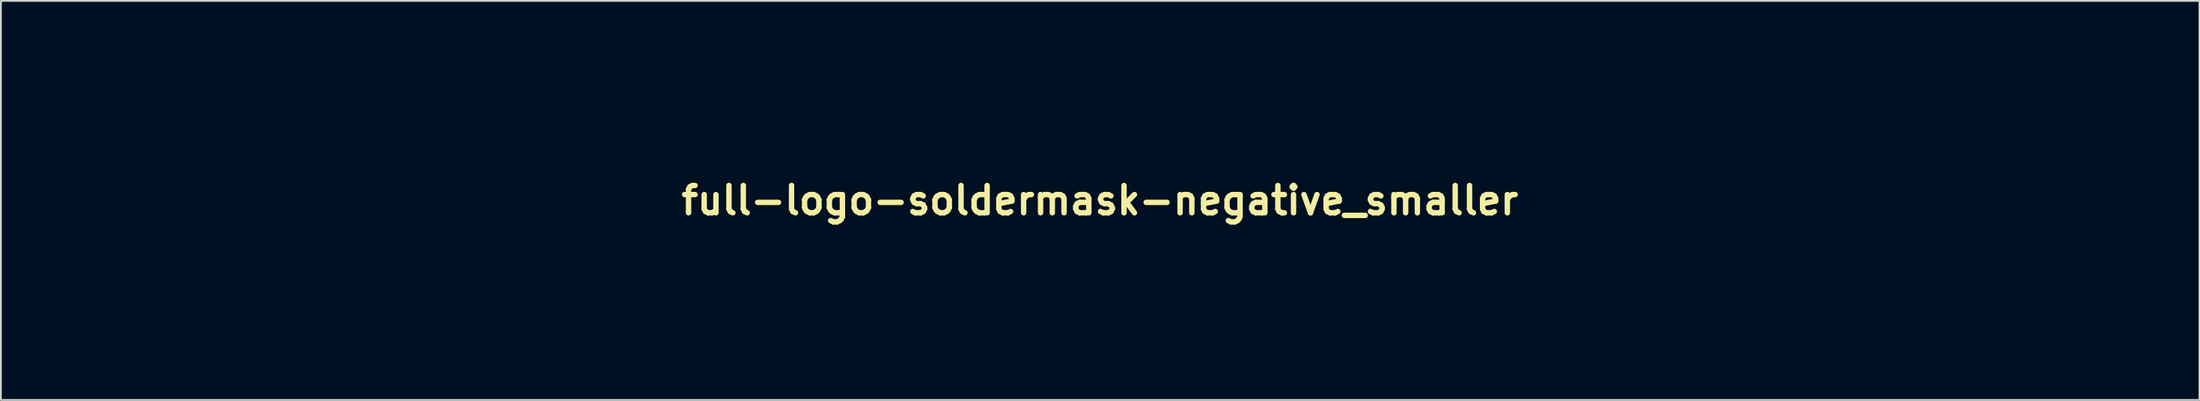
<source format=kicad_pcb>
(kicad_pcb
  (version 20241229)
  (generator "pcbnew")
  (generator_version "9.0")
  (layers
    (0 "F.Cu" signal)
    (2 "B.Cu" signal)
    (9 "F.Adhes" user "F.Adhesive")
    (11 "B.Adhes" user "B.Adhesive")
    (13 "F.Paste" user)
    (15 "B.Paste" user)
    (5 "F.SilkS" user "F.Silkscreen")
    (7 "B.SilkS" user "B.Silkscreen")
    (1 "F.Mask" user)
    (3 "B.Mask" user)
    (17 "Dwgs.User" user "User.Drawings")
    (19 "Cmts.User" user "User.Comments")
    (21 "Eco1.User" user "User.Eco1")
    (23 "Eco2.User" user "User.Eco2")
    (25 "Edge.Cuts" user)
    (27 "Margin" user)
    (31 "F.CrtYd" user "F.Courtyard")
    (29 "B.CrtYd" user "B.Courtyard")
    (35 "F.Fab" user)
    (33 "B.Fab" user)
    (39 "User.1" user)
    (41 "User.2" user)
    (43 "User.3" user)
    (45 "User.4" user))
  (footprint "full-logo-soldermask-negative_smaller"
    (layer "F.Cu")
    (at 58.171 8.133)
    (property "Reference" "full-logo-soldermask-negative_smaller" (at 0 0 0) (layer "F.SilkS") (effects (font (size 1.524 1.524) (thickness 0.3))))
    (attr through_hole)
    (fp_poly (pts (xy 9.401 1.473) (xy 9.678 1.525) (xy 9.922 1.614) (xy 10.142 1.746) (xy 10.309 1.883) (xy 10.397 1.983) (xy 10.491 2.124) (xy 10.58 2.283) (xy 10.652 2.439) (xy 10.684 2.532) (xy 10.704 2.603) (xy 7.43 2.603) (xy 7.484 2.469) (xy 7.625 2.181) (xy 7.803 1.944) (xy 8.021 1.754) (xy 8.283 1.606) (xy 8.46 1.538) (xy 8.586 1.5) (xy 8.699 1.475) (xy 8.818 1.461) (xy 8.967 1.456) (xy 9.079 1.456) (xy 9.401 1.473)) (stroke (width 0.01) (type solid)) (fill yes) (layer "F.Mask"))
    (fp_poly (pts (xy -4.015 1.463) (xy -3.798 1.489) (xy -3.662 1.521) (xy -3.373 1.638) (xy -3.118 1.805) (xy -2.9 2.015) (xy -2.722 2.262) (xy -2.588 2.54) (xy -2.5 2.843) (xy -2.461 3.165) (xy -2.475 3.499) (xy -2.526 3.769) (xy -2.634 4.083) (xy -2.789 4.357) (xy -2.986 4.589) (xy -3.221 4.774) (xy -3.492 4.908) (xy -3.686 4.968) (xy -3.881 4.999) (xy -4.106 5.012) (xy -4.336 5.008) (xy -4.549 4.986) (xy -4.688 4.956) (xy -5.004 4.836) (xy -5.276 4.672) (xy -5.501 4.466) (xy -5.678 4.22) (xy -5.806 3.936) (xy -5.882 3.617) (xy -5.905 3.288) (xy -5.899 3.102) (xy -5.882 2.92) (xy -5.856 2.771) (xy -5.854 2.764) (xy -5.746 2.45) (xy -5.588 2.169) (xy -5.385 1.926) (xy -5.141 1.726) (xy -4.862 1.575) (xy -4.651 1.502) (xy -4.467 1.469) (xy -4.246 1.456) (xy -4.015 1.463)) (stroke (width 0.01) (type solid)) (fill yes) (layer "F.Mask"))
    (fp_poly (pts (xy 17.338 -0.4) (xy 17.71 -0.314) (xy 18.062 -0.175) (xy 18.389 0.014) (xy 18.686 0.249) (xy 18.948 0.529) (xy 19.169 0.851) (xy 19.344 1.212) (xy 19.4 1.364) (xy 19.498 1.752) (xy 19.541 2.146) (xy 19.529 2.538) (xy 19.466 2.922) (xy 19.352 3.29) (xy 19.19 3.634) (xy 18.982 3.949) (xy 18.73 4.227) (xy 18.558 4.373) (xy 18.242 4.584) (xy 17.914 4.74) (xy 17.563 4.843) (xy 17.181 4.899) (xy 17.018 4.908) (xy 16.803 4.911) (xy 16.625 4.901) (xy 16.458 4.877) (xy 16.383 4.862) (xy 15.983 4.743) (xy 15.615 4.572) (xy 15.284 4.351) (xy 14.993 4.083) (xy 14.745 3.774) (xy 14.544 3.424) (xy 14.393 3.04) (xy 14.354 2.9) (xy 14.309 2.652) (xy 14.287 2.369) (xy 14.289 2.074) (xy 14.315 1.791) (xy 14.352 1.591) (xy 14.476 1.2) (xy 14.654 0.842) (xy 14.879 0.519) (xy 15.15 0.237) (xy 15.461 -0.002) (xy 15.809 -0.192) (xy 16.152 -0.318) (xy 16.554 -0.405) (xy 16.951 -0.431) (xy 17.338 -0.4)) (stroke (width 0.01) (type solid)) (fill yes) (layer "F.Mask"))
    (fp_poly (pts (xy 58.198 8.128) (xy -58.166 8.128) (xy -58.166 -0.17) (xy -56.047 -0.17) (xy -56.045 -0.013) (xy -56.041 0.162) (xy -56.035 0.341) (xy -56.028 0.513) (xy -56.018 0.667) (xy -56.008 0.791) (xy -56.007 0.796) (xy -55.906 1.437) (xy -55.745 2.074) (xy -55.527 2.698) (xy -55.256 3.302) (xy -54.934 3.879) (xy -54.565 4.42) (xy -54.409 4.62) (xy -54.267 4.785) (xy -54.091 4.976) (xy -53.894 5.177) (xy -53.692 5.375) (xy -53.499 5.555) (xy -53.328 5.704) (xy -53.292 5.732) (xy -52.781 6.104) (xy -52.232 6.434) (xy -51.653 6.718) (xy -51.053 6.953) (xy -50.442 7.134) (xy -49.828 7.259) (xy -49.514 7.299) (xy -49.33 7.313) (xy -49.103 7.323) (xy -48.849 7.328) (xy -48.586 7.329) (xy -48.332 7.325) (xy -48.103 7.317) (xy -47.916 7.304) (xy -47.886 7.301) (xy -47.214 7.196) (xy -46.558 7.03) (xy -45.919 6.805) (xy -45.3 6.52) (xy -44.705 6.178) (xy -44.136 5.779) (xy -44.05 5.712) (xy -44.003 5.67) (xy -43.913 5.586) (xy -43.783 5.461) (xy -43.615 5.297) (xy -43.411 5.098) (xy -43.173 4.865) (xy -42.904 4.6) (xy -42.605 4.307) (xy -42.28 3.986) (xy -41.931 3.64) (xy -41.559 3.271) (xy -41.167 2.883) (xy -40.805 2.524) (xy -39.592 2.524) (xy -38.235 3.884) (xy -37.981 4.138) (xy -37.73 4.387) (xy -37.489 4.625) (xy -37.262 4.848) (xy -37.054 5.05) (xy -36.871 5.226) (xy -36.719 5.372) (xy -36.601 5.481) (xy -36.536 5.54) (xy -36.004 5.96) (xy -35.44 6.328) (xy -34.847 6.642) (xy -34.232 6.899) (xy -33.598 7.098) (xy -33.204 7.19) (xy -32.898 7.247) (xy -32.628 7.287) (xy -32.366 7.313) (xy -32.088 7.326) (xy -31.885 7.33) (xy -31.464 7.334) (xy -31.464 4.613) (xy -31.933 4.594) (xy -32.471 4.542) (xy -32.992 4.428) (xy -33.494 4.255) (xy -33.974 4.021) (xy -34.432 3.729) (xy -34.519 3.665) (xy -34.576 3.616) (xy -34.674 3.527) (xy -34.808 3.401) (xy -34.973 3.243) (xy -35.165 3.057) (xy -35.38 2.848) (xy -35.614 2.619) (xy -35.862 2.375) (xy -36.119 2.12) (xy -36.187 2.051) (xy -37.656 0.588) (xy -38.624 1.556) (xy -39.592 2.524) (xy -40.805 2.524) (xy -40.757 2.476) (xy -40.332 2.053) (xy -39.893 1.616) (xy -39.443 1.168) (xy -39.211 0.937) (xy -38.666 0.393) (xy -38.164 -0.108) (xy -37.702 -0.568) (xy -37.28 -0.989) (xy -36.895 -1.373) (xy -36.544 -1.721) (xy -36.227 -2.036) (xy -35.94 -2.319) (xy -35.683 -2.572) (xy -35.452 -2.798) (xy -35.247 -2.997) (xy -35.064 -3.173) (xy -34.902 -3.326) (xy -34.759 -3.459) (xy -34.633 -3.573) (xy -34.522 -3.671) (xy -34.424 -3.755) (xy -34.337 -3.825) (xy -34.259 -3.885) (xy -34.187 -3.935) (xy -34.121 -3.979) (xy -34.057 -4.017) (xy -33.994 -4.052) (xy -33.93 -4.085) (xy -33.863 -4.119) (xy -33.791 -4.155) (xy -33.786 -4.158) (xy -33.54 -4.268) (xy -33.258 -4.375) (xy -32.963 -4.47) (xy -32.678 -4.546) (xy -32.483 -4.585) (xy -32.259 -4.613) (xy -31.994 -4.629) (xy -31.708 -4.634) (xy -31.423 -4.628) (xy -31.158 -4.611) (xy -30.956 -4.587) (xy -30.441 -4.473) (xy -29.947 -4.302) (xy -29.48 -4.078) (xy -29.042 -3.803) (xy -28.638 -3.482) (xy -28.271 -3.118) (xy -27.946 -2.715) (xy -27.666 -2.276) (xy -27.434 -1.805) (xy -27.256 -1.306) (xy -27.19 -1.055) (xy -27.133 -0.74) (xy -27.098 -0.386) (xy -27.085 -0.017) (xy -27.096 0.346) (xy -27.13 0.681) (xy -27.141 0.746) (xy -27.259 1.26) (xy -27.435 1.755) (xy -27.664 2.226) (xy -27.943 2.668) (xy -28.267 3.075) (xy -28.633 3.443) (xy -29.037 3.766) (xy -29.476 4.04) (xy -29.551 4.079) (xy -29.716 4.165) (xy -29.674 4.265) (xy -29.613 4.41) (xy -29.538 4.587) (xy -29.451 4.791) (xy -29.355 5.013) (xy -29.254 5.246) (xy -29.151 5.483) (xy -29.05 5.716) (xy -28.953 5.939) (xy -28.863 6.144) (xy -28.784 6.323) (xy -28.719 6.47) (xy -28.671 6.577) (xy -28.643 6.636) (xy -28.638 6.646) (xy -28.597 6.647) (xy -28.511 6.617) (xy -28.388 6.56) (xy -28.237 6.481) (xy -28.065 6.383) (xy -27.88 6.273) (xy -27.69 6.153) (xy -27.503 6.029) (xy -27.326 5.905) (xy -27.231 5.835) (xy -27.07 5.705) (xy -26.882 5.539) (xy -26.679 5.35) (xy -26.6 5.274) (xy -20.368 5.274) (xy -20.256 5.368) (xy -20.044 5.533) (xy -19.802 5.692) (xy -19.59 5.812) (xy -19.472 5.867) (xy -19.33 5.927) (xy -19.181 5.985) (xy -19.039 6.036) (xy -18.92 6.074) (xy -18.84 6.093) (xy -18.827 6.094) (xy -18.801 6.079) (xy -18.777 6.025) (xy -18.752 5.925) (xy -18.722 5.771) (xy -18.692 5.603) (xy -18.661 5.429) (xy -18.632 5.277) (xy -18.622 5.223) (xy -18.589 5.047) (xy -18.553 4.857) (xy -18.519 4.67) (xy -18.49 4.503) (xy -18.468 4.375) (xy -18.463 4.345) (xy -18.456 4.266) (xy -18.477 4.225) (xy -18.541 4.197) (xy -18.554 4.192) (xy -18.648 4.151) (xy -18.755 4.089) (xy -18.795 4.061) (xy -18.926 3.966) (xy -19.012 4.034) (xy -19.054 4.07) (xy -19.136 4.142) (xy -19.248 4.243) (xy -19.383 4.366) (xy -19.533 4.502) (xy -19.69 4.646) (xy -19.847 4.789) (xy -19.994 4.925) (xy -20.125 5.046) (xy -20.232 5.145) (xy -20.288 5.198) (xy -20.368 5.274) (xy -26.6 5.274) (xy -26.473 5.15) (xy -26.278 4.951) (xy -26.107 4.766) (xy -25.981 4.62) (xy -25.626 4.138) (xy -25.588 4.076) (xy -21.154 4.076) (xy -21.146 4.111) (xy -21.141 4.124) (xy -21.084 4.258) (xy -21.014 4.401) (xy -20.935 4.543) (xy -20.855 4.675) (xy -20.78 4.785) (xy -20.716 4.863) (xy -20.67 4.9) (xy -20.657 4.899) (xy -20.623 4.877) (xy -20.543 4.823) (xy -20.425 4.742) (xy -20.274 4.639) (xy -20.099 4.518) (xy -19.905 4.385) (xy -19.84 4.34) (xy -19.059 3.802) (xy -19.142 3.63) (xy -19.176 3.558) (xy -19.207 3.509) (xy -19.245 3.483) (xy -19.299 3.478) (xy -19.382 3.494) (xy -19.504 3.53) (xy -19.675 3.585) (xy -19.681 3.587) (xy -19.843 3.638) (xy -20.019 3.692) (xy -20.174 3.739) (xy -20.193 3.745) (xy -20.319 3.782) (xy -20.43 3.816) (xy -20.505 3.84) (xy -20.511 3.842) (xy -20.576 3.863) (xy -20.683 3.896) (xy -20.815 3.936) (xy -20.881 3.956) (xy -21.015 3.996) (xy -21.099 4.025) (xy -21.141 4.05) (xy -21.154 4.076) (xy -25.588 4.076) (xy -25.305 3.617) (xy -25.023 3.068) (xy -24.988 2.985) (xy -21.368 2.985) (xy -21.368 3.074) (xy -21.362 3.156) (xy -21.346 3.276) (xy -21.324 3.408) (xy -21.301 3.527) (xy -21.284 3.596) (xy -21.267 3.63) (xy -21.234 3.647) (xy -21.171 3.645) (xy -21.067 3.625) (xy -20.977 3.604) (xy -20.894 3.585) (xy -20.792 3.562) (xy -20.665 3.533) (xy -20.505 3.497) (xy -20.303 3.453) (xy -20.054 3.398) (xy -19.812 3.345) (xy -19.674 3.315) (xy -19.533 3.286) (xy -19.449 3.269) (xy -19.359 3.25) (xy -19.299 3.235) (xy -19.287 3.23) (xy -19.287 3.197) (xy -19.294 3.125) (xy -19.296 3.104) (xy -19.311 2.985) (xy -21.368 2.985) (xy -24.988 2.985) (xy -24.787 2.504) (xy -24.602 1.936) (xy -24.515 1.586) (xy -24.407 0.943) (xy -24.353 0.286) (xy -24.355 -0.375) (xy -24.412 -1.028) (xy -24.524 -1.663) (xy -24.54 -1.73) (xy -20.986 -1.73) (xy -20.968 -1.419) (xy -20.917 -1.094) (xy -20.839 -0.787) (xy -20.798 -0.668) (xy -20.689 -0.431) (xy -20.54 -0.181) (xy -20.364 0.061) (xy -20.193 0.254) (xy -19.999 0.439) (xy -19.8 0.603) (xy -19.585 0.751) (xy -19.343 0.889) (xy -19.065 1.024) (xy -18.741 1.161) (xy -18.542 1.238) (xy -18.183 1.376) (xy -17.878 1.497) (xy -17.622 1.605) (xy -17.41 1.701) (xy -17.236 1.789) (xy -17.093 1.872) (xy -16.977 1.952) (xy -16.881 2.034) (xy -16.801 2.119) (xy -16.756 2.175) (xy -16.641 2.348) (xy -16.564 2.519) (xy -16.518 2.707) (xy -16.498 2.93) (xy -16.497 3.016) (xy -16.497 3.174) (xy -16.504 3.287) (xy -16.519 3.375) (xy -16.546 3.457) (xy -16.58 3.532) (xy -16.725 3.77) (xy -16.917 3.97) (xy -17.146 4.125) (xy -17.403 4.229) (xy -17.556 4.262) (xy -17.669 4.28) (xy -17.76 4.296) (xy -17.806 4.306) (xy -17.818 4.32) (xy -17.827 4.361) (xy -17.833 4.432) (xy -17.836 4.542) (xy -17.836 4.696) (xy -17.833 4.9) (xy -17.828 5.161) (xy -17.827 5.199) (xy -17.822 5.432) (xy -17.816 5.648) (xy -17.81 5.837) (xy -17.804 5.989) (xy -17.798 6.097) (xy -17.794 6.15) (xy -17.793 6.152) (xy -17.786 6.182) (xy -17.77 6.201) (xy -17.738 6.21) (xy -17.679 6.209) (xy -17.583 6.198) (xy -17.441 6.177) (xy -17.304 6.155) (xy -16.867 6.054) (xy -16.45 5.893) (xy -16.057 5.675) (xy -15.69 5.402) (xy -15.399 5.122) (xy -15.126 4.787) (xy -14.903 4.421) (xy -14.73 4.032) (xy -14.608 3.626) (xy -14.537 3.209) (xy -14.518 2.789) (xy -14.551 2.371) (xy -14.636 1.963) (xy -14.775 1.571) (xy -14.968 1.202) (xy -15.092 1.016) (xy -15.31 0.753) (xy -15.562 0.515) (xy -15.855 0.297) (xy -15.93 0.253) (xy -13.557 0.253) (xy -13.557 3.217) (xy -13.557 3.645) (xy -13.556 4.055) (xy -13.555 4.443) (xy -13.554 4.804) (xy -13.552 5.133) (xy -13.55 5.426) (xy -13.548 5.68) (xy -13.545 5.888) (xy -13.543 6.047) (xy -13.54 6.152) (xy -13.537 6.2) (xy -13.536 6.202) (xy -13.5 6.208) (xy -13.409 6.213) (xy -13.273 6.218) (xy -13.102 6.221) (xy -12.905 6.223) (xy -12.806 6.223) (xy -12.097 6.223) (xy -12.097 4.513) (xy -12.096 4.119) (xy -12.095 3.783) (xy -12.094 3.5) (xy -12.091 3.263) (xy -12.087 3.068) (xy -12.082 2.908) (xy -12.075 2.778) (xy -12.067 2.673) (xy -12.058 2.586) (xy -12.048 2.523) (xy -11.976 2.24) (xy -11.867 1.999) (xy -11.723 1.805) (xy -11.675 1.758) (xy -11.477 1.616) (xy -11.252 1.518) (xy -11.01 1.463) (xy -10.764 1.451) (xy -10.525 1.483) (xy -10.305 1.558) (xy -10.115 1.678) (xy -10.068 1.721) (xy -9.998 1.796) (xy -9.937 1.879) (xy -9.884 1.973) (xy -9.839 2.085) (xy -9.801 2.218) (xy -9.77 2.376) (xy -9.744 2.565) (xy -9.724 2.788) (xy -9.709 3.051) (xy -9.698 3.358) (xy -9.69 3.712) (xy -9.686 4.12) (xy -9.684 4.586) (xy -9.684 4.755) (xy -9.684 6.223) (xy -8.25 6.223) (xy -8.264 4.135) (xy -8.267 3.718) (xy -8.27 3.358) (xy -8.271 3.254) (xy -7.366 3.254) (xy -7.338 3.716) (xy -7.254 4.154) (xy -7.117 4.563) (xy -6.928 4.941) (xy -6.689 5.284) (xy -6.402 5.589) (xy -6.068 5.854) (xy -5.905 5.957) (xy -5.725 6.05) (xy -5.504 6.141) (xy -5.267 6.222) (xy -5.037 6.286) (xy -4.858 6.321) (xy -4.697 6.336) (xy -4.5 6.34) (xy -4.283 6.336) (xy -4.065 6.324) (xy -3.863 6.304) (xy -3.696 6.279) (xy -3.614 6.259) (xy -3.474 6.211) (xy -3.314 6.145) (xy -3.178 6.079) (xy -3.063 6.011) (xy -2.929 5.92) (xy -2.79 5.817) (xy -2.659 5.711) (xy -2.548 5.613) (xy -2.471 5.533) (xy -2.448 5.501) (xy -2.433 5.495) (xy -2.423 5.537) (xy -2.417 5.631) (xy -2.414 5.783) (xy -2.414 5.834) (xy -2.413 6.223) (xy -1.079 6.223) (xy -1.079 0.254) (xy -2.413 0.254) (xy -2.413 1.008) (xy -2.659 0.763) (xy -2.91 0.543) (xy -3.172 0.374) (xy -3.463 0.248) (xy -3.556 0.217) (xy -3.651 0.189) (xy -3.74 0.17) (xy -3.836 0.156) (xy -3.953 0.148) (xy -4.104 0.145) (xy -4.303 0.144) (xy -4.35 0.144) (xy -4.62 0.148) (xy -4.844 0.162) (xy -5.038 0.189) (xy -5.218 0.232) (xy -5.402 0.295) (xy -5.605 0.381) (xy -5.673 0.413) (xy -5.899 0.527) (xy -6.092 0.646) (xy -6.275 0.787) (xy -6.427 0.923) (xy -6.703 1.224) (xy -6.934 1.567) (xy -7.118 1.945) (xy -7.253 2.354) (xy -7.336 2.787) (xy -7.366 3.24) (xy -7.366 3.254) (xy -8.271 3.254) (xy -8.273 3.052) (xy -8.276 2.795) (xy -8.279 2.58) (xy -8.283 2.403) (xy -8.288 2.26) (xy -8.293 2.144) (xy -8.3 2.05) (xy -8.308 1.974) (xy -8.317 1.911) (xy -8.328 1.855) (xy -8.341 1.802) (xy -8.343 1.794) (xy -8.433 1.485) (xy -8.538 1.226) (xy -8.666 1.005) (xy -8.823 0.808) (xy -9.016 0.623) (xy -9.04 0.603) (xy -9.189 0.488) (xy -9.338 0.396) (xy -9.508 0.316) (xy -9.719 0.237) (xy -9.731 0.233) (xy -9.83 0.201) (xy -9.915 0.178) (xy -10.002 0.162) (xy -10.104 0.153) (xy -10.235 0.148) (xy -10.408 0.147) (xy -10.525 0.147) (xy -10.734 0.148) (xy -10.892 0.152) (xy -11.012 0.16) (xy -11.107 0.173) (xy -11.189 0.192) (xy -11.255 0.213) (xy -11.533 0.33) (xy -11.802 0.491) (xy -11.983 0.626) (xy -12.189 0.79) (xy -12.199 0.53) (xy -12.208 0.27) (xy -12.883 0.261) (xy -13.557 0.253) (xy -15.93 0.253) (xy -16.194 0.096) (xy -16.586 -0.092) (xy -16.911 -0.225) (xy -17.065 -0.284) (xy -17.212 -0.341) (xy -17.334 -0.388) (xy -17.399 -0.413) (xy -17.489 -0.447) (xy -17.619 -0.497) (xy -17.768 -0.554) (xy -17.876 -0.595) (xy -18.028 -0.654) (xy -18.173 -0.714) (xy -18.291 -0.765) (xy -18.349 -0.792) (xy -18.51 -0.896) (xy -18.669 -1.037) (xy -18.807 -1.194) (xy -18.886 -1.317) (xy -18.926 -1.399) (xy -18.951 -1.476) (xy -18.965 -1.566) (xy -18.97 -1.688) (xy -18.971 -1.794) (xy -18.969 -1.946) (xy -18.961 -2.054) (xy -18.945 -2.135) (xy -18.916 -2.21) (xy -18.884 -2.27) (xy -18.826 -2.372) (xy -18.769 -2.459) (xy -18.742 -2.495) (xy -18.575 -2.644) (xy -18.373 -2.75) (xy -18.148 -2.814) (xy -17.911 -2.834) (xy -17.674 -2.812) (xy -17.451 -2.745) (xy -17.252 -2.634) (xy -17.153 -2.55) (xy -17.021 -2.389) (xy -16.924 -2.2) (xy -16.855 -1.968) (xy -16.846 -1.927) (xy -16.806 -1.73) (xy -15.781 -1.722) (xy -14.756 -1.714) (xy -14.76 -1.746) (xy -0.032 -1.746) (xy -0.032 6.223) (xy 1.397 6.223) (xy 1.397 3.454) (xy 1.546 3.656) (xy 1.642 3.786) (xy 1.768 3.959) (xy 1.919 4.164) (xy 2.086 4.394) (xy 2.264 4.638) (xy 2.446 4.887) (xy 2.624 5.133) (xy 2.793 5.365) (xy 2.946 5.576) (xy 3.029 5.691) (xy 3.413 6.222) (xy 4.374 6.222) (xy 4.613 6.222) (xy 4.831 6.221) (xy 5.019 6.218) (xy 5.17 6.215) (xy 5.276 6.211) (xy 5.329 6.207) (xy 5.334 6.205) (xy 5.33 6.197) (xy 5.317 6.177) (xy 5.291 6.142) (xy 5.249 6.088) (xy 5.189 6.012) (xy 5.107 5.91) (xy 5 5.778) (xy 4.866 5.612) (xy 4.701 5.409) (xy 4.503 5.165) (xy 4.268 4.877) (xy 4.224 4.822) (xy 4.062 4.624) (xy 3.876 4.395) (xy 3.682 4.156) (xy 3.494 3.924) (xy 3.34 3.735) (xy 2.885 3.175) (xy 2.945 3.089) (xy 5.923 3.089) (xy 5.931 3.513) (xy 5.935 3.556) (xy 6.012 3.998) (xy 6.146 4.412) (xy 6.332 4.795) (xy 6.569 5.145) (xy 6.854 5.458) (xy 7.184 5.731) (xy 7.557 5.962) (xy 7.969 6.146) (xy 8.319 6.257) (xy 8.532 6.299) (xy 8.787 6.326) (xy 9.064 6.338) (xy 9.346 6.335) (xy 9.613 6.317) (xy 9.847 6.284) (xy 9.954 6.26) (xy 10.307 6.146) (xy 10.616 6.005) (xy 10.898 5.827) (xy 11.17 5.603) (xy 11.233 5.543) (xy 11.459 5.308) (xy 11.654 5.065) (xy 11.81 4.827) (xy 11.921 4.604) (xy 11.952 4.516) (xy 11.974 4.445) (xy 10.412 4.445) (xy 10.278 4.578) (xy 10.062 4.76) (xy 9.833 4.891) (xy 9.577 4.973) (xy 9.287 5.012) (xy 9.133 5.016) (xy 8.784 4.994) (xy 8.477 4.926) (xy 8.207 4.813) (xy 7.968 4.65) (xy 7.857 4.548) (xy 7.718 4.382) (xy 7.602 4.196) (xy 7.522 4.012) (xy 7.508 3.961) (xy 7.486 3.873) (xy 9.777 3.873) (xy 10.214 3.873) (xy 10.592 3.873) (xy 10.915 3.873) (xy 11.188 3.872) (xy 11.414 3.87) (xy 11.599 3.868) (xy 11.746 3.865) (xy 11.86 3.861) (xy 11.945 3.857) (xy 12.006 3.851) (xy 12.047 3.844) (xy 12.071 3.836) (xy 12.085 3.826) (xy 12.09 3.818) (xy 12.098 3.768) (xy 12.104 3.667) (xy 12.109 3.528) (xy 12.111 3.363) (xy 12.111 3.286) (xy 12.1 2.952) (xy 12.067 2.658) (xy 12.009 2.385) (xy 11.956 2.22) (xy 12.778 2.22) (xy 12.806 2.709) (xy 12.889 3.192) (xy 13.027 3.66) (xy 13.218 4.103) (xy 13.259 4.181) (xy 13.522 4.602) (xy 13.834 4.986) (xy 14.189 5.33) (xy 14.583 5.631) (xy 15.01 5.885) (xy 15.465 6.087) (xy 15.942 6.235) (xy 16.383 6.319) (xy 16.545 6.332) (xy 16.749 6.338) (xy 16.98 6.337) (xy 17.217 6.328) (xy 17.445 6.314) (xy 17.644 6.295) (xy 17.796 6.271) (xy 18.282 6.138) (xy 18.744 5.95) (xy 19.176 5.712) (xy 19.571 5.427) (xy 19.925 5.097) (xy 20.091 4.91) (xy 20.389 4.498) (xy 20.633 4.058) (xy 20.821 3.595) (xy 20.952 3.113) (xy 21.025 2.618) (xy 21.039 2.115) (xy 20.993 1.608) (xy 20.886 1.104) (xy 20.871 1.052) (xy 20.804 0.854) (xy 20.711 0.627) (xy 20.602 0.393) (xy 20.529 0.254) (xy 22.035 0.254) (xy 22.035 6.223) (xy 23.463 6.223) (xy 24.606 6.223) (xy 26.035 6.223) (xy 26.035 4.2) (xy 27.21 4.2) (xy 27.21 6.264) (xy 27.646 6.242) (xy 27.831 6.23) (xy 28.015 6.213) (xy 28.178 6.193) (xy 28.3 6.173) (xy 28.305 6.172) (xy 28.637 6.091) (xy 28.971 5.993) (xy 29.287 5.884) (xy 29.567 5.77) (xy 29.654 5.73) (xy 29.744 5.684) (xy 29.859 5.62) (xy 29.988 5.547) (xy 30.118 5.472) (xy 30.234 5.403) (xy 30.326 5.346) (xy 30.378 5.31) (xy 30.385 5.304) (xy 30.419 5.277) (xy 30.487 5.23) (xy 30.532 5.201) (xy 30.564 5.179) (xy 30.598 5.156) (xy 30.635 5.127) (xy 30.678 5.093) (xy 30.729 5.049) (xy 30.79 4.995) (xy 30.863 4.928) (xy 30.95 4.845) (xy 31.055 4.746) (xy 31.178 4.627) (xy 31.322 4.486) (xy 31.489 4.322) (xy 31.681 4.133) (xy 31.901 3.915) (xy 32.151 3.668) (xy 32.433 3.388) (xy 32.749 3.074) (xy 33.101 2.724) (xy 33.18 2.645) (xy 34.073 2.645) (xy 35.19 3.76) (xy 35.417 3.986) (xy 35.637 4.203) (xy 35.845 4.406) (xy 36.035 4.59) (xy 36.202 4.749) (xy 36.34 4.879) (xy 36.445 4.975) (xy 36.511 5.03) (xy 36.513 5.032) (xy 36.61 5.107) (xy 36.687 5.167) (xy 36.73 5.203) (xy 36.735 5.207) (xy 36.769 5.234) (xy 36.839 5.279) (xy 36.878 5.303) (xy 36.963 5.357) (xy 37.029 5.405) (xy 37.044 5.418) (xy 37.099 5.456) (xy 37.199 5.512) (xy 37.335 5.583) (xy 37.493 5.661) (xy 37.662 5.741) (xy 37.83 5.817) (xy 37.985 5.885) (xy 38.115 5.937) (xy 38.195 5.966) (xy 38.321 6.005) (xy 38.432 6.04) (xy 38.507 6.065) (xy 38.513 6.067) (xy 38.705 6.121) (xy 38.946 6.169) (xy 39.22 6.208) (xy 39.512 6.235) (xy 39.806 6.249) (xy 39.854 6.25) (xy 40.164 6.255) (xy 40.164 4.201) (xy 40.155 4.2) (xy 41.021 4.2) (xy 41.021 6.264) (xy 41.458 6.242) (xy 41.642 6.23) (xy 41.826 6.213) (xy 41.989 6.193) (xy 42.111 6.173) (xy 42.116 6.172) (xy 42.448 6.091) (xy 42.782 5.993) (xy 43.098 5.884) (xy 43.378 5.77) (xy 43.466 5.73) (xy 43.555 5.684) (xy 43.67 5.62) (xy 43.799 5.547) (xy 43.929 5.472) (xy 44.046 5.403) (xy 44.137 5.346) (xy 44.19 5.31) (xy 44.196 5.304) (xy 44.23 5.277) (xy 44.299 5.23) (xy 44.343 5.201) (xy 44.376 5.179) (xy 44.409 5.156) (xy 44.446 5.127) (xy 44.489 5.093) (xy 44.54 5.049) (xy 44.601 4.995) (xy 44.674 4.928) (xy 44.762 4.845) (xy 44.866 4.746) (xy 44.989 4.627) (xy 45.133 4.486) (xy 45.3 4.322) (xy 45.493 4.133) (xy 45.713 3.915) (xy 45.963 3.668) (xy 46.244 3.388) (xy 46.56 3.074) (xy 46.912 2.724) (xy 47.303 2.335) (xy 47.734 1.906) (xy 48.197 1.445) (xy 48.584 1.059) (xy 48.961 0.684) (xy 49.324 0.323) (xy 49.67 -0.021) (xy 49.998 -0.346) (xy 50.303 -0.65) (xy 50.585 -0.929) (xy 50.84 -1.182) (xy 51.066 -1.406) (xy 51.261 -1.597) (xy 51.421 -1.755) (xy 51.544 -1.876) (xy 51.628 -1.958) (xy 51.67 -1.998) (xy 51.673 -2) (xy 51.997 -2.227) (xy 52.362 -2.418) (xy 52.755 -2.567) (xy 53.162 -2.671) (xy 53.569 -2.724) (xy 53.753 -2.731) (xy 54.007 -2.731) (xy 54.007 -3.762) (xy 54.006 -4.059) (xy 54.005 -4.297) (xy 54.001 -4.482) (xy 53.997 -4.619) (xy 53.99 -4.713) (xy 53.982 -4.77) (xy 53.971 -4.795) (xy 53.967 -4.797) (xy 53.711 -4.801) (xy 53.415 -4.784) (xy 53.097 -4.748) (xy 52.773 -4.696) (xy 52.458 -4.631) (xy 52.169 -4.556) (xy 51.923 -4.472) (xy 51.864 -4.448) (xy 51.806 -4.423) (xy 51.707 -4.382) (xy 51.587 -4.331) (xy 51.55 -4.316) (xy 51.448 -4.269) (xy 51.319 -4.204) (xy 51.174 -4.128) (xy 51.026 -4.048) (xy 50.887 -3.969) (xy 50.769 -3.899) (xy 50.683 -3.844) (xy 50.641 -3.811) (xy 50.641 -3.811) (xy 50.608 -3.783) (xy 50.538 -3.733) (xy 50.467 -3.684) (xy 50.426 -3.65) (xy 50.344 -3.573) (xy 50.221 -3.457) (xy 50.062 -3.303) (xy 49.868 -3.114) (xy 49.642 -2.893) (xy 49.387 -2.643) (xy 49.104 -2.365) (xy 48.798 -2.062) (xy 48.469 -1.738) (xy 48.122 -1.394) (xy 47.758 -1.032) (xy 47.38 -0.656) (xy 46.991 -0.268) (xy 46.863 -0.141) (xy 46.47 0.251) (xy 46.088 0.632) (xy 45.72 0.999) (xy 45.366 1.35) (xy 45.032 1.683) (xy 44.718 1.995) (xy 44.427 2.283) (xy 44.163 2.544) (xy 43.927 2.777) (xy 43.722 2.979) (xy 43.552 3.147) (xy 43.417 3.278) (xy 43.321 3.371) (xy 43.267 3.422) (xy 43.259 3.429) (xy 43.156 3.508) (xy 43.021 3.601) (xy 42.881 3.691) (xy 42.847 3.712) (xy 42.456 3.915) (xy 42.061 4.059) (xy 41.651 4.148) (xy 41.362 4.178) (xy 41.021 4.2) (xy 40.155 4.2) (xy 39.775 4.18) (xy 39.351 4.134) (xy 38.958 4.043) (xy 38.583 3.9) (xy 38.212 3.703) (xy 38.041 3.593) (xy 37.96 3.535) (xy 37.863 3.456) (xy 37.746 3.354) (xy 37.604 3.224) (xy 37.434 3.063) (xy 37.233 2.868) (xy 36.996 2.635) (xy 36.719 2.36) (xy 36.669 2.31) (xy 36.451 2.092) (xy 36.245 1.888) (xy 36.058 1.703) (xy 35.892 1.541) (xy 35.753 1.406) (xy 35.645 1.302) (xy 35.573 1.235) (xy 35.54 1.207) (xy 35.539 1.206) (xy 35.511 1.228) (xy 35.444 1.29) (xy 35.343 1.385) (xy 35.214 1.51) (xy 35.062 1.659) (xy 34.894 1.825) (xy 34.793 1.926) (xy 34.073 2.645) (xy 33.18 2.645) (xy 33.492 2.335) (xy 33.923 1.906) (xy 34.385 1.445) (xy 34.773 1.059) (xy 35.15 0.684) (xy 35.513 0.323) (xy 35.859 -0.021) (xy 36.186 -0.346) (xy 36.492 -0.65) (xy 36.774 -0.929) (xy 37.029 -1.182) (xy 37.255 -1.406) (xy 37.449 -1.597) (xy 37.61 -1.755) (xy 37.733 -1.876) (xy 37.817 -1.958) (xy 37.859 -1.998) (xy 37.862 -2) (xy 38.181 -2.224) (xy 38.542 -2.413) (xy 38.93 -2.563) (xy 39.33 -2.668) (xy 39.729 -2.723) (xy 39.927 -2.731) (xy 40.165 -2.731) (xy 40.165 -2.738) (xy 41.021 -2.738) (xy 41.299 -2.72) (xy 41.678 -2.678) (xy 42.02 -2.605) (xy 42.348 -2.493) (xy 42.684 -2.336) (xy 42.699 -2.328) (xy 42.815 -2.264) (xy 42.928 -2.196) (xy 43.043 -2.118) (xy 43.163 -2.027) (xy 43.295 -1.918) (xy 43.442 -1.787) (xy 43.61 -1.631) (xy 43.804 -1.444) (xy 44.029 -1.222) (xy 44.289 -0.961) (xy 44.482 -0.766) (xy 44.692 -0.553) (xy 44.887 -0.355) (xy 45.065 -0.176) (xy 45.219 -0.02) (xy 45.346 0.109) (xy 45.441 0.205) (xy 45.5 0.264) (xy 45.518 0.283) (xy 45.541 0.262) (xy 45.603 0.201) (xy 45.7 0.107) (xy 45.826 -0.017) (xy 45.975 -0.165) (xy 46.144 -0.332) (xy 46.261 -0.449) (xy 47 -1.183) (xy 45.844 -2.331) (xy 45.56 -2.612) (xy 45.298 -2.868) (xy 45.06 -3.096) (xy 44.852 -3.293) (xy 44.676 -3.456) (xy 44.536 -3.58) (xy 44.436 -3.663) (xy 44.418 -3.676) (xy 44.303 -3.761) (xy 44.206 -3.832) (xy 44.139 -3.882) (xy 44.117 -3.899) (xy 44.069 -3.929) (xy 43.981 -3.981) (xy 43.866 -4.045) (xy 43.739 -4.115) (xy 43.614 -4.181) (xy 43.508 -4.236) (xy 43.45 -4.265) (xy 43.251 -4.355) (xy 43.063 -4.433) (xy 42.905 -4.493) (xy 42.847 -4.513) (xy 42.711 -4.553) (xy 42.551 -4.596) (xy 42.385 -4.638) (xy 42.229 -4.675) (xy 42.101 -4.702) (xy 42.021 -4.715) (xy 41.917 -4.729) (xy 41.786 -4.748) (xy 41.704 -4.762) (xy 41.571 -4.778) (xy 41.411 -4.79) (xy 41.267 -4.794) (xy 41.021 -4.794) (xy 41.021 -2.738) (xy 40.165 -2.738) (xy 40.156 -3.768) (xy 40.148 -4.806) (xy 39.868 -4.8) (xy 39.58 -4.783) (xy 39.268 -4.747) (xy 38.95 -4.695) (xy 38.641 -4.631) (xy 38.359 -4.556) (xy 38.118 -4.475) (xy 38.052 -4.448) (xy 37.994 -4.423) (xy 37.896 -4.382) (xy 37.776 -4.331) (xy 37.739 -4.316) (xy 37.637 -4.269) (xy 37.508 -4.204) (xy 37.363 -4.128) (xy 37.215 -4.048) (xy 37.076 -3.969) (xy 36.957 -3.899) (xy 36.871 -3.844) (xy 36.83 -3.811) (xy 36.83 -3.811) (xy 36.797 -3.783) (xy 36.727 -3.733) (xy 36.655 -3.684) (xy 36.615 -3.65) (xy 36.532 -3.573) (xy 36.41 -3.457) (xy 36.251 -3.303) (xy 36.057 -3.114) (xy 35.831 -2.893) (xy 35.575 -2.643) (xy 35.293 -2.365) (xy 34.986 -2.062) (xy 34.658 -1.738) (xy 34.311 -1.394) (xy 33.947 -1.032) (xy 33.569 -0.656) (xy 33.18 -0.268) (xy 33.052 -0.141) (xy 32.659 0.251) (xy 32.277 0.632) (xy 31.908 0.999) (xy 31.555 1.35) (xy 31.22 1.683) (xy 30.906 1.995) (xy 30.616 2.283) (xy 30.352 2.544) (xy 30.116 2.777) (xy 29.911 2.979) (xy 29.74 3.147) (xy 29.606 3.278) (xy 29.51 3.371) (xy 29.456 3.422) (xy 29.448 3.429) (xy 29.344 3.508) (xy 29.21 3.601) (xy 29.07 3.691) (xy 29.035 3.712) (xy 28.644 3.915) (xy 28.25 4.059) (xy 27.84 4.148) (xy 27.55 4.178) (xy 27.21 4.2) (xy 26.035 4.2) (xy 26.035 -1.747) (xy 25.329 -1.739) (xy 24.622 -1.73) (xy 24.614 2.246) (xy 24.606 6.223) (xy 23.463 6.223) (xy 23.463 0.254) (xy 22.035 0.254) (xy 20.529 0.254) (xy 20.488 0.176) (xy 20.401 0.031) (xy 20.1 -0.381) (xy 22.033 -0.381) (xy 23.463 -0.381) (xy 23.463 -1.747) (xy 22.757 -1.739) (xy 22.05 -1.73) (xy 22.042 -1.056) (xy 22.033 -0.381) (xy 20.1 -0.381) (xy 20.093 -0.391) (xy 19.746 -0.762) (xy 19.361 -1.083) (xy 18.938 -1.353) (xy 18.479 -1.571) (xy 17.983 -1.737) (xy 17.799 -1.783) (xy 17.597 -1.818) (xy 17.35 -1.841) (xy 17.077 -1.853) (xy 16.798 -1.854) (xy 16.53 -1.843) (xy 16.291 -1.819) (xy 16.161 -1.798) (xy 15.643 -1.662) (xy 15.16 -1.476) (xy 14.713 -1.24) (xy 14.306 -0.957) (xy 13.94 -0.63) (xy 13.619 -0.26) (xy 13.344 0.149) (xy 13.118 0.597) (xy 12.943 1.08) (xy 12.893 1.262) (xy 12.806 1.734) (xy 12.778 2.22) (xy 11.956 2.22) (xy 11.921 2.113) (xy 11.893 2.038) (xy 11.706 1.643) (xy 11.47 1.286) (xy 11.192 0.97) (xy 10.874 0.699) (xy 10.521 0.475) (xy 10.139 0.304) (xy 9.73 0.188) (xy 9.556 0.157) (xy 9.342 0.136) (xy 9.095 0.131) (xy 8.837 0.139) (xy 8.586 0.159) (xy 8.362 0.191) (xy 8.223 0.223) (xy 7.883 0.343) (xy 7.544 0.508) (xy 7.222 0.708) (xy 6.934 0.933) (xy 6.726 1.137) (xy 6.462 1.477) (xy 6.247 1.85) (xy 6.084 2.249) (xy 5.975 2.665) (xy 5.923 3.089) (xy 2.945 3.089) (xy 2.957 3.072) (xy 3 3.012) (xy 3.079 2.904) (xy 3.192 2.748) (xy 3.339 2.546) (xy 3.518 2.3) (xy 3.729 2.012) (xy 3.968 1.684) (xy 4.236 1.318) (xy 4.51 0.944) (xy 4.637 0.769) (xy 4.752 0.61) (xy 4.849 0.475) (xy 4.923 0.37) (xy 4.968 0.305) (xy 4.979 0.285) (xy 4.952 0.275) (xy 4.864 0.267) (xy 4.718 0.261) (xy 4.517 0.256) (xy 4.263 0.254) (xy 4.133 0.254) (xy 3.277 0.254) (xy 3.213 0.357) (xy 3.18 0.409) (xy 3.116 0.505) (xy 3.026 0.64) (xy 2.915 0.804) (xy 2.788 0.992) (xy 2.65 1.196) (xy 2.588 1.286) (xy 2.431 1.517) (xy 2.269 1.756) (xy 2.109 1.991) (xy 1.961 2.211) (xy 1.831 2.402) (xy 1.728 2.555) (xy 1.719 2.568) (xy 1.413 3.025) (xy 1.405 0.639) (xy 1.397 -1.746) (xy -0.032 -1.746) (xy -14.76 -1.746) (xy -14.778 -1.897) (xy -14.84 -2.304) (xy -14.926 -2.661) (xy -14.954 -2.738) (xy 27.21 -2.738) (xy 27.488 -2.72) (xy 27.866 -2.678) (xy 28.209 -2.605) (xy 28.537 -2.493) (xy 28.872 -2.336) (xy 28.888 -2.328) (xy 29.004 -2.264) (xy 29.117 -2.196) (xy 29.231 -2.118) (xy 29.352 -2.027) (xy 29.483 -1.918) (xy 29.631 -1.787) (xy 29.799 -1.631) (xy 29.993 -1.444) (xy 30.217 -1.222) (xy 30.477 -0.961) (xy 30.671 -0.766) (xy 30.88 -0.553) (xy 31.076 -0.355) (xy 31.253 -0.176) (xy 31.408 -0.02) (xy 31.535 0.109) (xy 31.63 0.205) (xy 31.688 0.264) (xy 31.707 0.283) (xy 31.729 0.262) (xy 31.792 0.201) (xy 31.889 0.107) (xy 32.014 -0.017) (xy 32.164 -0.165) (xy 32.332 -0.332) (xy 32.45 -0.449) (xy 33.189 -1.183) (xy 32.033 -2.331) (xy 31.749 -2.612) (xy 31.486 -2.868) (xy 31.249 -3.096) (xy 31.041 -3.293) (xy 30.865 -3.456) (xy 30.725 -3.58) (xy 30.625 -3.663) (xy 30.607 -3.676) (xy 30.492 -3.761) (xy 30.395 -3.832) (xy 30.328 -3.882) (xy 30.305 -3.899) (xy 30.258 -3.929) (xy 30.17 -3.981) (xy 30.054 -4.045) (xy 29.927 -4.115) (xy 29.803 -4.181) (xy 29.697 -4.236) (xy 29.639 -4.265) (xy 29.44 -4.355) (xy 29.252 -4.433) (xy 29.093 -4.493) (xy 29.035 -4.513) (xy 28.899 -4.553) (xy 28.74 -4.596) (xy 28.573 -4.638) (xy 28.418 -4.675) (xy 28.29 -4.702) (xy 28.21 -4.715) (xy 28.105 -4.729) (xy 27.974 -4.748) (xy 27.892 -4.762) (xy 27.76 -4.778) (xy 27.6 -4.79) (xy 27.456 -4.794) (xy 27.21 -4.794) (xy 27.21 -2.738) (xy -14.954 -2.738) (xy -15.04 -2.977) (xy -15.185 -3.261) (xy -15.267 -3.39) (xy -15.53 -3.727) (xy -15.831 -4.017) (xy -16.173 -4.261) (xy -16.559 -4.462) (xy -16.99 -4.621) (xy -17.113 -4.657) (xy -17.253 -4.683) (xy -17.44 -4.702) (xy -17.658 -4.714) (xy -17.892 -4.718) (xy -18.126 -4.714) (xy -18.345 -4.702) (xy -18.531 -4.683) (xy -18.669 -4.657) (xy -19.096 -4.511) (xy -19.488 -4.317) (xy -19.841 -4.078) (xy -20.153 -3.798) (xy -20.42 -3.482) (xy -20.639 -3.133) (xy -20.808 -2.755) (xy -20.922 -2.352) (xy -20.979 -1.929) (xy -20.986 -1.73) (xy -24.54 -1.73) (xy -24.571 -1.861) (xy -24.768 -2.503) (xy -25.021 -3.12) (xy -25.328 -3.709) (xy -25.687 -4.266) (xy -26.095 -4.789) (xy -26.548 -5.274) (xy -27.044 -5.718) (xy -27.581 -6.118) (xy -28.155 -6.471) (xy -28.764 -6.772) (xy -28.797 -6.787) (xy -29.381 -7.008) (xy -29.995 -7.18) (xy -30.627 -7.3) (xy -31.264 -7.367) (xy -31.894 -7.378) (xy -32.188 -7.364) (xy -32.883 -7.284) (xy -33.551 -7.147) (xy -34.192 -6.953) (xy -34.81 -6.701) (xy -35.407 -6.39) (xy -35.986 -6.018) (xy -36.258 -5.817) (xy -36.314 -5.769) (xy -36.413 -5.678) (xy -36.554 -5.544) (xy -36.736 -5.368) (xy -36.957 -5.153) (xy -37.217 -4.899) (xy -37.514 -4.608) (xy -37.847 -4.28) (xy -38.214 -3.917) (xy -38.614 -3.521) (xy -39.047 -3.092) (xy -39.51 -2.632) (xy -40.002 -2.142) (xy -40.523 -1.623) (xy -41.07 -1.078) (xy -41.1 -1.048) (xy -41.553 -0.596) (xy -41.995 -0.156) (xy -42.425 0.272) (xy -42.839 0.684) (xy -43.237 1.079) (xy -43.615 1.454) (xy -43.972 1.808) (xy -44.305 2.137) (xy -44.612 2.441) (xy -44.891 2.715) (xy -45.14 2.96) (xy -45.355 3.171) (xy -45.536 3.347) (xy -45.68 3.487) (xy -45.785 3.586) (xy -45.848 3.645) (xy -45.863 3.657) (xy -46.32 3.964) (xy -46.792 4.21) (xy -47.282 4.394) (xy -47.792 4.52) (xy -48.324 4.586) (xy -48.482 4.594) (xy -48.824 4.599) (xy -49.126 4.586) (xy -49.413 4.551) (xy -49.705 4.494) (xy -49.847 4.46) (xy -50.352 4.299) (xy -50.831 4.082) (xy -51.282 3.812) (xy -51.699 3.493) (xy -52.077 3.128) (xy -52.413 2.721) (xy -52.702 2.276) (xy -52.815 2.064) (xy -52.991 1.683) (xy -53.122 1.321) (xy -53.213 0.96) (xy -53.271 0.58) (xy -53.298 0.183) (xy -53.305 0.012) (xy -53.311 -0.134) (xy -53.316 -0.245) (xy -53.32 -0.309) (xy -53.321 -0.322) (xy -53.353 -0.325) (xy -53.44 -0.33) (xy -53.575 -0.336) (xy -53.75 -0.344) (xy -53.956 -0.352) (xy -54.186 -0.362) (xy -54.431 -0.372) (xy -54.685 -0.381) (xy -54.938 -0.391) (xy -55.183 -0.4) (xy -55.412 -0.408) (xy -55.616 -0.415) (xy -55.789 -0.421) (xy -55.922 -0.425) (xy -56.006 -0.426) (xy -56.035 -0.426) (xy -56.042 -0.388) (xy -56.046 -0.299) (xy -56.047 -0.17) (xy -58.166 -0.17) (xy -58.166 -1.733) (xy -55.844 -1.733) (xy -55.843 -1.73) (xy -55.811 -1.722) (xy -55.725 -1.701) (xy -55.592 -1.67) (xy -55.421 -1.631) (xy -55.22 -1.585) (xy -54.995 -1.535) (xy -54.756 -1.481) (xy -54.509 -1.426) (xy -54.264 -1.372) (xy -54.026 -1.319) (xy -53.806 -1.27) (xy -53.609 -1.228) (xy -53.445 -1.192) (xy -53.321 -1.166) (xy -53.244 -1.15) (xy -53.224 -1.147) (xy -53.198 -1.173) (xy -53.162 -1.246) (xy -53.124 -1.351) (xy -53.118 -1.372) (xy -53.024 -1.639) (xy -52.902 -1.927) (xy -52.764 -2.21) (xy -52.621 -2.459) (xy -52.616 -2.467) (xy -52.452 -2.728) (xy -53.333 -3.322) (xy -53.556 -3.473) (xy -53.775 -3.621) (xy -53.979 -3.759) (xy -54.161 -3.883) (xy -54.312 -3.986) (xy -54.423 -4.062) (xy -54.461 -4.089) (xy -54.569 -4.162) (xy -54.655 -4.217) (xy -54.708 -4.247) (xy -54.719 -4.25) (xy -54.74 -4.22) (xy -54.787 -4.149) (xy -54.853 -4.048) (xy -54.907 -3.965) (xy -55.052 -3.725) (xy -55.204 -3.447) (xy -55.35 -3.153) (xy -55.481 -2.864) (xy -55.575 -2.629) (xy -55.63 -2.476) (xy -55.684 -2.313) (xy -55.736 -2.15) (xy -55.781 -1.999) (xy -55.817 -1.872) (xy -55.839 -1.779) (xy -55.844 -1.733) (xy -58.166 -1.733) (xy -58.166 -5.019) (xy -54.061 -5.019) (xy -54.054 -4.998) (xy -54.026 -4.97) (xy -53.958 -4.905) (xy -53.855 -4.81) (xy -53.723 -4.688) (xy -53.568 -4.547) (xy -53.397 -4.391) (xy -53.214 -4.225) (xy -53.027 -4.055) (xy -52.841 -3.887) (xy -52.663 -3.727) (xy -52.497 -3.578) (xy -52.351 -3.447) (xy -52.23 -3.34) (xy -52.141 -3.261) (xy -52.088 -3.217) (xy -52.077 -3.208) (xy -52.051 -3.227) (xy -51.988 -3.281) (xy -51.896 -3.36) (xy -51.785 -3.457) (xy -51.783 -3.458) (xy -51.648 -3.574) (xy -51.505 -3.689) (xy -51.375 -3.789) (xy -51.3 -3.842) (xy -51.205 -3.909) (xy -51.134 -3.964) (xy -51.102 -3.998) (xy -51.102 -4.001) (xy -51.118 -4.034) (xy -51.166 -4.113) (xy -51.24 -4.23) (xy -51.336 -4.38) (xy -51.449 -4.556) (xy -51.576 -4.75) (xy -51.711 -4.956) (xy -51.85 -5.168) (xy -51.99 -5.378) (xy -52.124 -5.581) (xy -52.25 -5.769) (xy -52.362 -5.935) (xy -52.457 -6.073) (xy -52.529 -6.177) (xy -52.574 -6.239) (xy -52.588 -6.255) (xy -52.634 -6.236) (xy -52.719 -6.184) (xy -52.835 -6.105) (xy -52.972 -6.006) (xy -53.122 -5.894) (xy -53.274 -5.776) (xy -53.419 -5.659) (xy -53.522 -5.572) (xy -53.709 -5.41) (xy -53.85 -5.282) (xy -53.952 -5.184) (xy -54.017 -5.111) (xy -54.052 -5.058) (xy -54.061 -5.019) (xy -58.166 -5.019) (xy -58.166 -6.601) (xy -51.997 -6.601) (xy -51.364 -5.396) (xy -51.23 -5.142) (xy -51.106 -4.906) (xy -50.993 -4.694) (xy -50.896 -4.512) (xy -50.817 -4.365) (xy -50.76 -4.259) (xy -50.727 -4.201) (xy -50.72 -4.191) (xy -50.688 -4.203) (xy -50.616 -4.233) (xy -50.557 -4.259) (xy -50.45 -4.302) (xy -50.311 -4.354) (xy -50.167 -4.404) (xy -50.147 -4.411) (xy -49.89 -4.495) (xy -49.93 -4.636) (xy -48.736 -4.636) (xy -48.472 -4.636) (xy -48.144 -4.615) (xy -47.786 -4.557) (xy -47.413 -4.466) (xy -47.044 -4.345) (xy -46.694 -4.2) (xy -46.596 -4.153) (xy -46.475 -4.091) (xy -46.364 -4.031) (xy -46.258 -3.969) (xy -46.153 -3.901) (xy -46.045 -3.824) (xy -45.929 -3.734) (xy -45.802 -3.627) (xy -45.659 -3.5) (xy -45.496 -3.35) (xy -45.309 -3.172) (xy -45.094 -2.963) (xy -44.846 -2.72) (xy -44.562 -2.438) (xy -44.26 -2.137) (xy -44.003 -1.882) (xy -43.761 -1.641) (xy -43.535 -1.417) (xy -43.331 -1.214) (xy -43.151 -1.036) (xy -43 -0.885) (xy -42.88 -0.767) (xy -42.796 -0.685) (xy -42.752 -0.641) (xy -42.746 -0.635) (xy -42.723 -0.657) (xy -42.659 -0.719) (xy -42.56 -0.816) (xy -42.43 -0.944) (xy -42.273 -1.099) (xy -42.094 -1.276) (xy -41.898 -1.47) (xy -41.77 -1.598) (xy -40.8 -2.56) (xy -42.331 -4.084) (xy -42.682 -4.433) (xy -42.993 -4.74) (xy -43.269 -5.009) (xy -43.513 -5.243) (xy -43.731 -5.447) (xy -43.926 -5.624) (xy -44.103 -5.778) (xy -44.266 -5.912) (xy -44.421 -6.031) (xy -44.57 -6.137) (xy -44.719 -6.235) (xy -44.872 -6.329) (xy -45.033 -6.422) (xy -45.207 -6.517) (xy -45.212 -6.52) (xy -45.675 -6.744) (xy -46.173 -6.941) (xy -46.69 -7.106) (xy -47.209 -7.233) (xy -47.716 -7.318) (xy -48.022 -7.348) (xy -48.185 -7.36) (xy -48.355 -7.373) (xy -48.5 -7.384) (xy -48.522 -7.386) (xy -48.736 -7.404) (xy -48.736 -4.636) (xy -49.93 -4.636) (xy -50.253 -5.795) (xy -50.33 -6.071) (xy -50.402 -6.328) (xy -50.467 -6.559) (xy -50.524 -6.758) (xy -50.57 -6.918) (xy -50.604 -7.033) (xy -50.624 -7.098) (xy -50.628 -7.109) (xy -50.668 -7.11) (xy -50.756 -7.089) (xy -50.883 -7.052) (xy -51.038 -7) (xy -51.21 -6.937) (xy -51.391 -6.868) (xy -51.57 -6.796) (xy -51.736 -6.724) (xy -51.819 -6.685) (xy -51.997 -6.601) (xy -58.166 -6.601) (xy -58.166 -8.128) (xy 58.198 -8.128) (xy 58.198 8.128)) (stroke (width 0.01) (type solid)) (fill yes) (layer "F.Mask")))
  (gr_rect
    (start -3 -3)
    (end 119.374 19.266)
    (stroke (width 0.1) (type default))
    (fill no)
    (layer "Edge.Cuts")))
</source>
